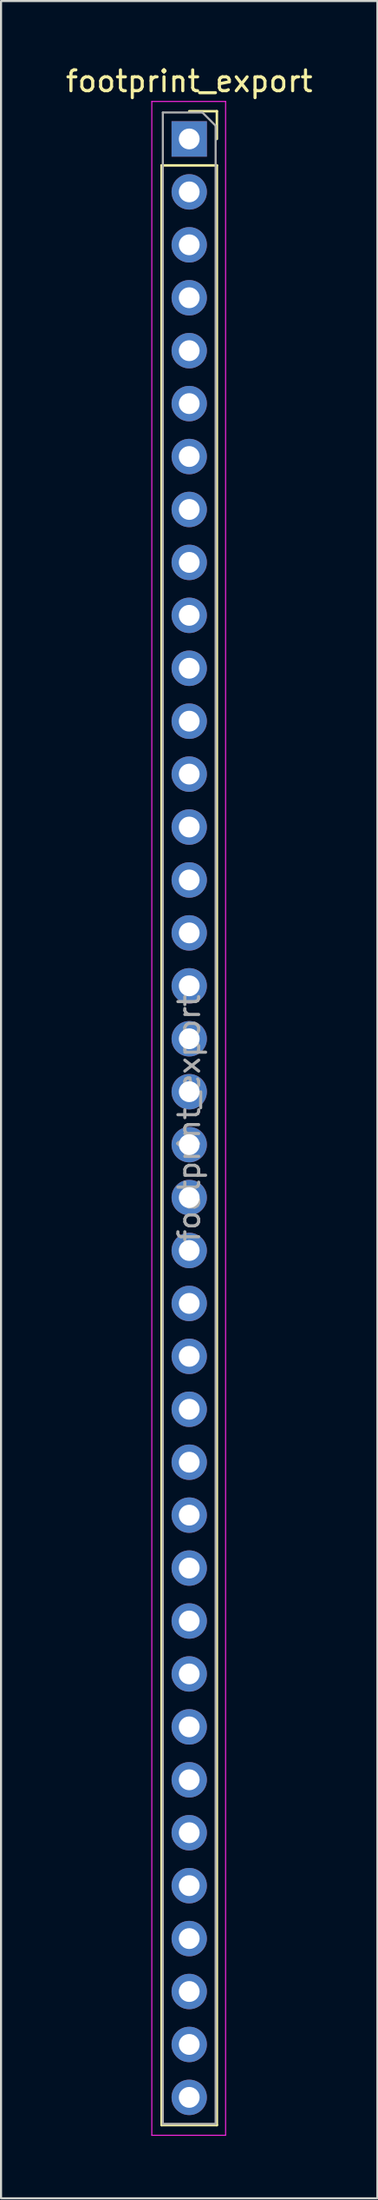
<source format=kicad_pcb>
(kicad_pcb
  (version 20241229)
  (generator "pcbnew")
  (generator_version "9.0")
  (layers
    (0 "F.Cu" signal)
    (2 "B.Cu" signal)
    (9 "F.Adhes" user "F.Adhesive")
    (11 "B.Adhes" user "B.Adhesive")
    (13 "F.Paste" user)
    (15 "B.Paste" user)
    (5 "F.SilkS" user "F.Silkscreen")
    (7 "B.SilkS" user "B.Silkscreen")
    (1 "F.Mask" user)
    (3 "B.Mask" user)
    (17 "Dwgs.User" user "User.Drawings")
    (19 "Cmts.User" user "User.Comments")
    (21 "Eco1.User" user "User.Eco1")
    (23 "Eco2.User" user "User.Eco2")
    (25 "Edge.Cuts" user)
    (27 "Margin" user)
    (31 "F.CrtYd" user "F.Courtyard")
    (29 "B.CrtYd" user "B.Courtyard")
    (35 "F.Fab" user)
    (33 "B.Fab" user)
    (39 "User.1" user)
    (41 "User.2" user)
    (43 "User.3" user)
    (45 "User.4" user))
  (footprint "footprint_export"
    (layer "F.Cu")
    (at 6.054 3.618)
    (property "Reference" "footprint_export" (at 0 -2.77 0) (layer "F.SilkS") (effects (font (size 1 1) (thickness 0.15))))
    (attr through_hole)
    (fp_line (start -1.33 1.27) (end -1.33 95.31) (stroke (width 0.12) (type solid)) (layer "F.SilkS"))
    (fp_line (start -1.33 1.27) (end 1.33 1.27) (stroke (width 0.12) (type solid)) (layer "F.SilkS"))
    (fp_line (start -1.33 95.31) (end 1.33 95.31) (stroke (width 0.12) (type solid)) (layer "F.SilkS"))
    (fp_line (start 0 -1.33) (end 1.33 -1.33) (stroke (width 0.12) (type solid)) (layer "F.SilkS"))
    (fp_line (start 1.33 -1.33) (end 1.33 0) (stroke (width 0.12) (type solid)) (layer "F.SilkS"))
    (fp_line (start 1.33 1.27) (end 1.33 95.31) (stroke (width 0.12) (type solid)) (layer "F.SilkS"))
    (fp_line (start -1.8 -1.8) (end 1.75 -1.8) (stroke (width 0.05) (type solid)) (layer "F.CrtYd"))
    (fp_line (start -1.8 95.8) (end -1.8 -1.8) (stroke (width 0.05) (type solid)) (layer "F.CrtYd"))
    (fp_line (start 1.75 -1.8) (end 1.75 95.8) (stroke (width 0.05) (type solid)) (layer "F.CrtYd"))
    (fp_line (start 1.75 95.8) (end -1.8 95.8) (stroke (width 0.05) (type solid)) (layer "F.CrtYd"))
    (fp_line (start -1.27 -1.27) (end 0.635 -1.27) (stroke (width 0.1) (type solid)) (layer "F.Fab"))
    (fp_line (start -1.27 95.25) (end -1.27 -1.27) (stroke (width 0.1) (type solid)) (layer "F.Fab"))
    (fp_line (start 0.635 -1.27) (end 1.27 -0.635) (stroke (width 0.1) (type solid)) (layer "F.Fab"))
    (fp_line (start 1.27 -0.635) (end 1.27 95.25) (stroke (width 0.1) (type solid)) (layer "F.Fab"))
    (fp_line (start 1.27 95.25) (end -1.27 95.25) (stroke (width 0.1) (type solid)) (layer "F.Fab"))
    (fp_text user "${REFERENCE}" (at 0 46.99 90) (layer "F.Fab") (effects (font (size 1 1) (thickness 0.15))))
    (pad "1" thru_hole rect (at 0 0) (size 1.7 1.7) (drill 1) (layers "*.Cu" "*.Mask"))
    (pad "2" thru_hole oval (at 0 2.54) (size 1.7 1.7) (drill 1) (layers "*.Cu" "*.Mask"))
    (pad "3" thru_hole oval (at 0 5.08) (size 1.7 1.7) (drill 1) (layers "*.Cu" "*.Mask"))
    (pad "4" thru_hole oval (at 0 7.62) (size 1.7 1.7) (drill 1) (layers "*.Cu" "*.Mask"))
    (pad "5" thru_hole oval (at 0 10.16) (size 1.7 1.7) (drill 1) (layers "*.Cu" "*.Mask"))
    (pad "6" thru_hole oval (at 0 12.7) (size 1.7 1.7) (drill 1) (layers "*.Cu" "*.Mask"))
    (pad "7" thru_hole oval (at 0 15.24) (size 1.7 1.7) (drill 1) (layers "*.Cu" "*.Mask"))
    (pad "8" thru_hole oval (at 0 17.78) (size 1.7 1.7) (drill 1) (layers "*.Cu" "*.Mask"))
    (pad "9" thru_hole oval (at 0 20.32) (size 1.7 1.7) (drill 1) (layers "*.Cu" "*.Mask"))
    (pad "10" thru_hole oval (at 0 22.86) (size 1.7 1.7) (drill 1) (layers "*.Cu" "*.Mask"))
    (pad "11" thru_hole oval (at 0 25.4) (size 1.7 1.7) (drill 1) (layers "*.Cu" "*.Mask"))
    (pad "12" thru_hole oval (at 0 27.94) (size 1.7 1.7) (drill 1) (layers "*.Cu" "*.Mask"))
    (pad "13" thru_hole oval (at 0 30.48) (size 1.7 1.7) (drill 1) (layers "*.Cu" "*.Mask"))
    (pad "14" thru_hole oval (at 0 33.02) (size 1.7 1.7) (drill 1) (layers "*.Cu" "*.Mask"))
    (pad "15" thru_hole oval (at 0 35.56) (size 1.7 1.7) (drill 1) (layers "*.Cu" "*.Mask"))
    (pad "16" thru_hole oval (at 0 38.1) (size 1.7 1.7) (drill 1) (layers "*.Cu" "*.Mask"))
    (pad "17" thru_hole oval (at 0 40.64) (size 1.7 1.7) (drill 1) (layers "*.Cu" "*.Mask"))
    (pad "18" thru_hole oval (at 0 43.18) (size 1.7 1.7) (drill 1) (layers "*.Cu" "*.Mask"))
    (pad "19" thru_hole oval (at 0 45.72) (size 1.7 1.7) (drill 1) (layers "*.Cu" "*.Mask"))
    (pad "20" thru_hole oval (at 0 48.26) (size 1.7 1.7) (drill 1) (layers "*.Cu" "*.Mask"))
    (pad "21" thru_hole oval (at 0 50.8) (size 1.7 1.7) (drill 1) (layers "*.Cu" "*.Mask"))
    (pad "22" thru_hole oval (at 0 53.34) (size 1.7 1.7) (drill 1) (layers "*.Cu" "*.Mask"))
    (pad "23" thru_hole oval (at 0 55.88) (size 1.7 1.7) (drill 1) (layers "*.Cu" "*.Mask"))
    (pad "24" thru_hole oval (at 0 58.42) (size 1.7 1.7) (drill 1) (layers "*.Cu" "*.Mask"))
    (pad "25" thru_hole oval (at 0 60.96) (size 1.7 1.7) (drill 1) (layers "*.Cu" "*.Mask"))
    (pad "26" thru_hole oval (at 0 63.5) (size 1.7 1.7) (drill 1) (layers "*.Cu" "*.Mask"))
    (pad "27" thru_hole oval (at 0 66.04) (size 1.7 1.7) (drill 1) (layers "*.Cu" "*.Mask"))
    (pad "28" thru_hole oval (at 0 68.58) (size 1.7 1.7) (drill 1) (layers "*.Cu" "*.Mask"))
    (pad "29" thru_hole oval (at 0 71.12) (size 1.7 1.7) (drill 1) (layers "*.Cu" "*.Mask"))
    (pad "30" thru_hole oval (at 0 73.66) (size 1.7 1.7) (drill 1) (layers "*.Cu" "*.Mask"))
    (pad "31" thru_hole oval (at 0 76.2) (size 1.7 1.7) (drill 1) (layers "*.Cu" "*.Mask"))
    (pad "32" thru_hole oval (at 0 78.74) (size 1.7 1.7) (drill 1) (layers "*.Cu" "*.Mask"))
    (pad "33" thru_hole oval (at 0 81.28) (size 1.7 1.7) (drill 1) (layers "*.Cu" "*.Mask"))
    (pad "34" thru_hole oval (at 0 83.82) (size 1.7 1.7) (drill 1) (layers "*.Cu" "*.Mask"))
    (pad "35" thru_hole oval (at 0 86.36) (size 1.7 1.7) (drill 1) (layers "*.Cu" "*.Mask"))
    (pad "36" thru_hole oval (at 0 88.9) (size 1.7 1.7) (drill 1) (layers "*.Cu" "*.Mask"))
    (pad "37" thru_hole oval (at 0 91.44) (size 1.7 1.7) (drill 1) (layers "*.Cu" "*.Mask"))
    (pad "38" thru_hole oval (at 0 93.98) (size 1.7 1.7) (drill 1) (layers "*.Cu" "*.Mask")))
  (gr_rect
    (start -3 -3)
    (end 15.107 102.443)
    (stroke (width 0.1) (type default))
    (fill no)
    (layer "Edge.Cuts")))
</source>
